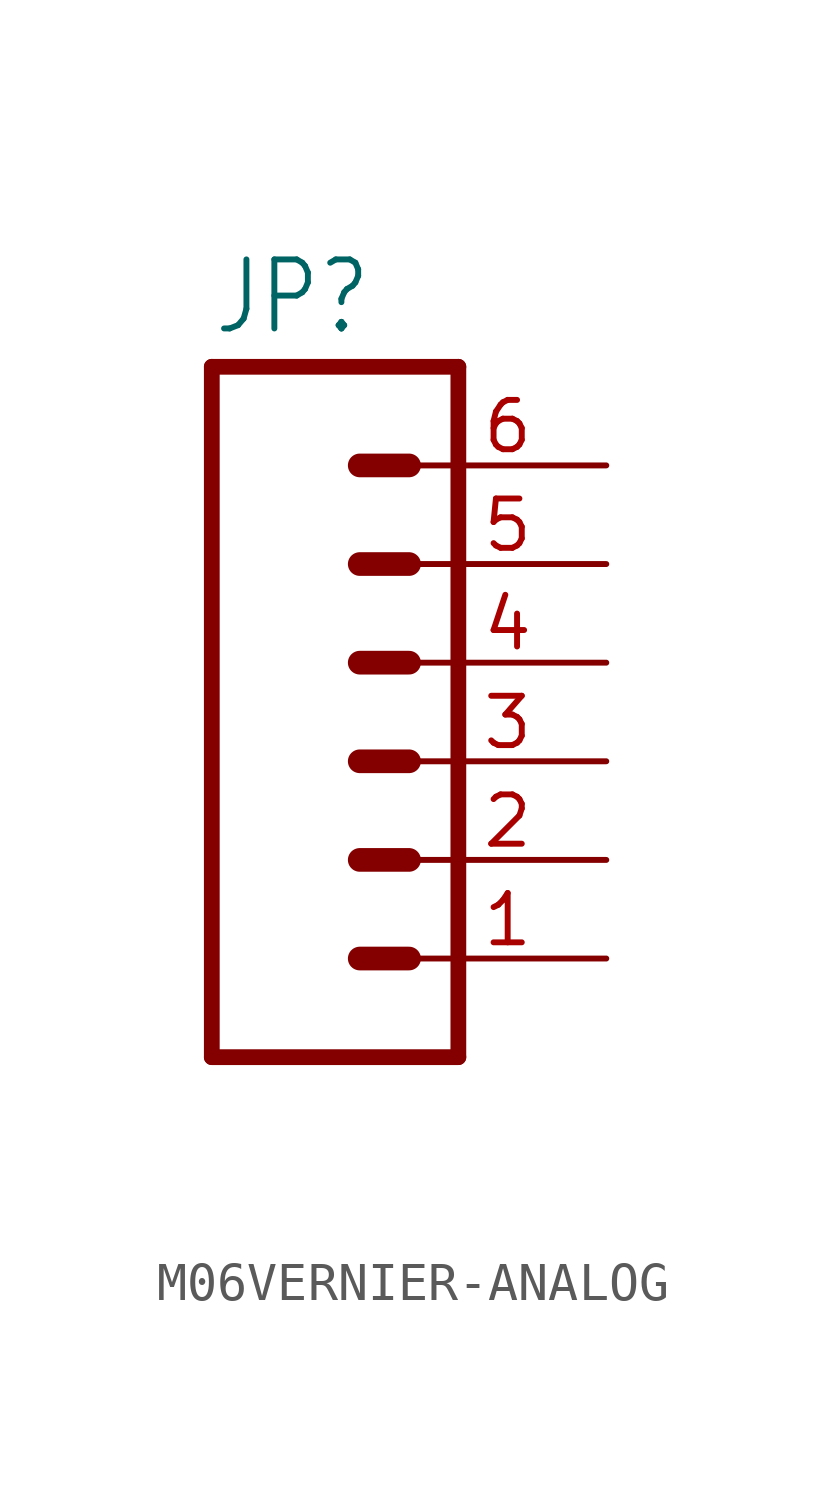
<source format=kicad_sym>
(kicad_symbol_lib
  (version 20231120)
  (generator "kicad_symbol_editor")
  (generator_version "8.0")
  (symbol "M06VERNIER-ANALOG"
    (property "Reference" "JP"
      (at -5.08 10.922 0)
      (effects (font (size 1.778 1.511)) (justify left bottom)))
    (property "Value" ""
      (at -5.08 -10.16 0)
      (effects (font (size 1.778 1.511)) (justify left bottom)))
    (property "ki_locked" ""
      (at 0 0 0)
      (effects (font (size 1.27 1.27))))
    (symbol "M06VERNIER-ANALOG_1_0"
      (polyline (pts (xy -5.08 10.16) (xy -5.08 -7.62)) (stroke (width 0.406) (type solid)) (fill (type none)))
      (polyline (pts (xy -5.08 10.16) (xy 1.27 10.16)) (stroke (width 0.406) (type solid)) (fill (type none)))
      (polyline (pts (xy -1.27 -5.08) (xy 0 -5.08)) (stroke (width 0.61) (type solid)) (fill (type none)))
      (polyline (pts (xy -1.27 -2.54) (xy 0 -2.54)) (stroke (width 0.61) (type solid)) (fill (type none)))
      (polyline (pts (xy -1.27 0) (xy 0 0)) (stroke (width 0.61) (type solid)) (fill (type none)))
      (polyline (pts (xy -1.27 2.54) (xy 0 2.54)) (stroke (width 0.61) (type solid)) (fill (type none)))
      (polyline (pts (xy -1.27 5.08) (xy 0 5.08)) (stroke (width 0.61) (type solid)) (fill (type none)))
      (polyline (pts (xy -1.27 7.62) (xy 0 7.62)) (stroke (width 0.61) (type solid)) (fill (type none)))
      (polyline (pts (xy 1.27 -7.62) (xy -5.08 -7.62)) (stroke (width 0.406) (type solid)) (fill (type none)))
      (polyline (pts (xy 1.27 -7.62) (xy 1.27 10.16)) (stroke (width 0.406) (type solid)) (fill (type none)))
      (pin passive line (at 5.08 -5.08 180) (length 5.08) (name "1" (effects (font (size 0 0)))) (number "1" (effects (font (size 1.27 1.27)))))
      (pin passive line (at 5.08 -2.54 180) (length 5.08) (name "2" (effects (font (size 0 0)))) (number "2" (effects (font (size 1.27 1.27)))))
      (pin passive line (at 5.08 0 180) (length 5.08) (name "3" (effects (font (size 0 0)))) (number "3" (effects (font (size 1.27 1.27)))))
      (pin passive line (at 5.08 2.54 180) (length 5.08) (name "4" (effects (font (size 0 0)))) (number "4" (effects (font (size 1.27 1.27)))))
      (pin passive line (at 5.08 5.08 180) (length 5.08) (name "5" (effects (font (size 0 0)))) (number "5" (effects (font (size 1.27 1.27)))))
      (pin passive line (at 5.08 7.62 180) (length 5.08) (name "6" (effects (font (size 0 0)))) (number "6" (effects (font (size 1.27 1.27))))))))
</source>
